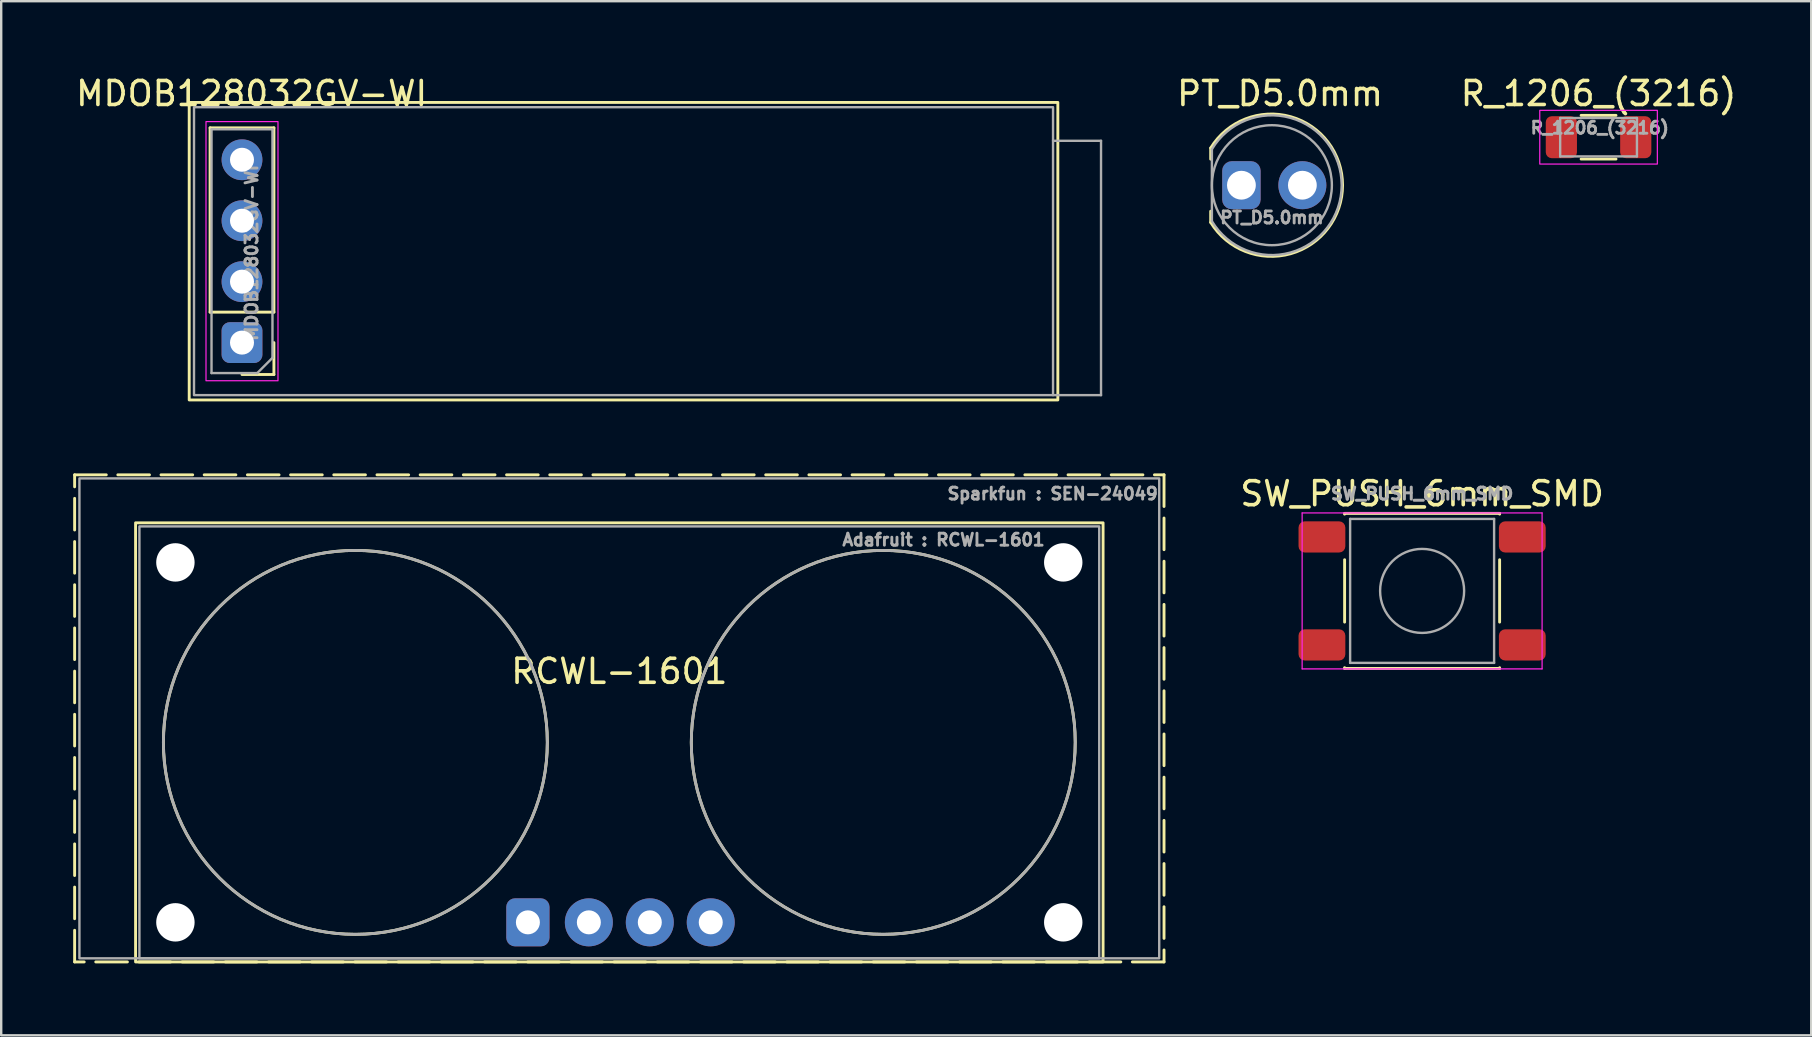
<source format=kicad_pcb>
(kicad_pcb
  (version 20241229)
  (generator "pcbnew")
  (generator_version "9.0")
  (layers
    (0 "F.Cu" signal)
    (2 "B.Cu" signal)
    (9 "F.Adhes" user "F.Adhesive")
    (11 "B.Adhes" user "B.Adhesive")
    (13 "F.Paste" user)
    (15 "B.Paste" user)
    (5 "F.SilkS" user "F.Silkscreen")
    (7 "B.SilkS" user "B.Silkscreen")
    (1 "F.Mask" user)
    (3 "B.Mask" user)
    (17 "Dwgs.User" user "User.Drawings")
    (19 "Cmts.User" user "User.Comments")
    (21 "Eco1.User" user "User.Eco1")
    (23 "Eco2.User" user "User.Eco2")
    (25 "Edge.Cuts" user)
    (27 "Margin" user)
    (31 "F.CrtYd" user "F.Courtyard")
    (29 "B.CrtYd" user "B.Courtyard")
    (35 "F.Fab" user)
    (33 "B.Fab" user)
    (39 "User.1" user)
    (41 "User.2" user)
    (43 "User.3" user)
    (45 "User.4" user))
  (footprint "SW_PUSH_6mm_SMD"
    (layer "F.Cu")
    (at 56.216 21.576)
    (property "Reference" "SW_PUSH_6mm_SMD" (at 0 -4.05 0) (layer "F.SilkS") (effects (font (size 1 1) (thickness 0.15))))
    (attr smd)
    (fp_line (start -3.23 -3.23) (end 3.23 -3.23) (stroke (width 0.12) (type solid)) (layer "F.SilkS"))
    (fp_line (start -3.23 -3.2) (end -3.23 -3.23) (stroke (width 0.12) (type solid)) (layer "F.SilkS"))
    (fp_line (start -3.23 -1.3) (end -3.23 1.3) (stroke (width 0.12) (type solid)) (layer "F.SilkS"))
    (fp_line (start -3.23 3.23) (end -3.23 3.2) (stroke (width 0.12) (type solid)) (layer "F.SilkS"))
    (fp_line (start -3.23 3.23) (end 3.23 3.23) (stroke (width 0.12) (type solid)) (layer "F.SilkS"))
    (fp_line (start 3.23 -3.23) (end 3.23 -3.2) (stroke (width 0.12) (type solid)) (layer "F.SilkS"))
    (fp_line (start 3.23 -1.3) (end 3.23 1.3) (stroke (width 0.12) (type solid)) (layer "F.SilkS"))
    (fp_line (start 3.23 3.23) (end 3.23 3.2) (stroke (width 0.12) (type solid)) (layer "F.SilkS"))
    (fp_line (start -5 -3.25) (end -5 3.25) (stroke (width 0.05) (type solid)) (layer "F.CrtYd"))
    (fp_line (start -5 -3.25) (end 5 -3.25) (stroke (width 0.05) (type solid)) (layer "F.CrtYd"))
    (fp_line (start -5 3.25) (end 5 3.25) (stroke (width 0.05) (type solid)) (layer "F.CrtYd"))
    (fp_line (start 5 3.25) (end 5 -3.25) (stroke (width 0.05) (type solid)) (layer "F.CrtYd"))
    (fp_line (start -3 -3) (end -3 3) (stroke (width 0.1) (type solid)) (layer "F.Fab"))
    (fp_line (start -3 3) (end 3 3) (stroke (width 0.1) (type solid)) (layer "F.Fab"))
    (fp_line (start 3 -3) (end -3 -3) (stroke (width 0.1) (type solid)) (layer "F.Fab"))
    (fp_line (start 3 3) (end 3 -3) (stroke (width 0.1) (type solid)) (layer "F.Fab"))
    (fp_circle (center 0 0) (end 1.75 -0.05) (stroke (width 0.1) (type solid)) (fill no) (layer "F.Fab"))
    (fp_text user "${REFERENCE}" (at 0 -4.05 0) (layer "F.Fab") (effects (font (size 0.5 0.5) (thickness 0.125))))
    (pad "COM" smd roundrect (at -4.175 -2.25) (size 1.95 1.3) (layers "F.Cu" "F.Mask" "F.Paste") (roundrect_rratio 0.2))
    (pad "COM" smd roundrect (at 4.175 -2.25) (size 1.95 1.3) (layers "F.Cu" "F.Mask" "F.Paste") (roundrect_rratio 0.2))
    (pad "NO" smd roundrect (at -4.175 2.25) (size 1.95 1.3) (layers "F.Cu" "F.Mask" "F.Paste") (roundrect_rratio 0.2))
    (pad "NO" smd roundrect (at 4.175 2.25) (size 1.95 1.3) (layers "F.Cu" "F.Mask" "F.Paste") (roundrect_rratio 0.2)))
  (footprint "MDOB128032GV-WI"
    (layer "F.Cu")
    (at 7.035 7.418)
    (property "Reference" "MDOB128032GV-WI" (at 0.4 -6.57 0) (unlocked yes) (layer "F.SilkS") (effects (font (size 1 1) (thickness 0.15))))
    (attr through_hole)
    (fp_line (start -1.33 2.54) (end -1.33 -5.14) (stroke (width 0.12) (type solid)) (layer "F.SilkS"))
    (fp_line (start 1.33 -5.14) (end -1.33 -5.14) (stroke (width 0.12) (type solid)) (layer "F.SilkS"))
    (fp_line (start 1.33 2.54) (end -1.33 2.54) (stroke (width 0.12) (type solid)) (layer "F.SilkS"))
    (fp_line (start 1.33 2.54) (end 1.33 -5.14) (stroke (width 0.12) (type solid)) (layer "F.SilkS"))
    (fp_line (start 1.33 3.81) (end 1.33 5.14) (stroke (width 0.12) (type solid)) (layer "F.SilkS"))
    (fp_line (start 1.33 5.14) (end 0 5.14) (stroke (width 0.12) (type solid)) (layer "F.SilkS"))
    (fp_rect (start -2.2 -6.2) (end 34 6.2) (stroke (width 0.12) (type default)) (fill no) (layer "F.SilkS"))
    (fp_rect (start -1.5 -5.4) (end 1.5 5.4) (stroke (width 0.05) (type default)) (fill no) (layer "F.CrtYd"))
    (fp_line (start -1.27 -5.08) (end 1.27 -5.08) (stroke (width 0.1) (type solid)) (layer "F.Fab"))
    (fp_line (start -1.27 5.08) (end -1.27 -5.08) (stroke (width 0.1) (type solid)) (layer "F.Fab"))
    (fp_line (start 0.635 5.08) (end -1.27 5.08) (stroke (width 0.1) (type solid)) (layer "F.Fab"))
    (fp_line (start 1.27 -5.08) (end 1.27 4.445) (stroke (width 0.1) (type solid)) (layer "F.Fab"))
    (fp_line (start 1.27 4.445) (end 0.635 5.08) (stroke (width 0.1) (type solid)) (layer "F.Fab"))
    (fp_line (start 33.8 -4.6) (end 35.8 -4.6) (stroke (width 0.1) (type default)) (layer "F.Fab"))
    (fp_line (start 35.8 -4.6) (end 35.8 6) (stroke (width 0.1) (type default)) (layer "F.Fab"))
    (fp_line (start 35.8 6) (end 33.8 6) (stroke (width 0.1) (type default)) (layer "F.Fab"))
    (fp_rect (start -2 -6) (end 33.8 6) (stroke (width 0.1) (type default)) (fill no) (layer "F.Fab"))
    (fp_text user "${REFERENCE}" (at 0.4 0.07 90) (unlocked yes) (layer "F.Fab") (effects (font (size 0.5 0.5) (thickness 0.12))))
    (pad "1" thru_hole roundrect (at 0 3.81 180) (size 1.7 1.7) (drill 1) (layers "*.Cu" "*.Mask") (roundrect_rratio 0.2))
    (pad "2" thru_hole oval (at 0 1.27 180) (size 1.7 1.7) (drill 1) (layers "*.Cu" "*.Mask"))
    (pad "3" thru_hole oval (at 0 -1.27 180) (size 1.7 1.7) (drill 1) (layers "*.Cu" "*.Mask"))
    (pad "4" thru_hole oval (at 0 -3.81 180) (size 1.7 1.7) (drill 1) (layers "*.Cu" "*.Mask")))
  (footprint "PT_D5.0mm"
    (layer "F.Cu")
    (at 49.955 4.668)
    (property "Reference" "PT_D5.0mm" (at 0.34 -3.82 0) (unlocked yes) (layer "F.SilkS") (effects (font (size 1 1) (thickness 0.15))))
    (attr smd)
    (fp_line (start -2.55 -1.55) (end -2.55 -1.085) (stroke (width 0.12) (type solid)) (layer "F.SilkS"))
    (fp_line (start -2.55 1.085) (end -2.55 1.55) (stroke (width 0.12) (type solid)) (layer "F.SilkS"))
    (fp_arc (start -2.55 -1.55) (mid 2.945885 0) (end -2.55 1.55) (stroke (width 0.12) (type default)) (layer "F.SilkS"))
    (fp_line (start -2.5 -1.5) (end -2.5 1.5) (stroke (width 0.1) (type solid)) (layer "F.Fab"))
    (fp_arc (start -2.5 -1.5) (mid 2.908825 0) (end -2.5 1.5) (stroke (width 0.1) (type solid)) (layer "F.Fab"))
    (fp_circle (center 0 0) (end 2.5 0) (stroke (width 0.1) (type solid)) (fill no) (layer "F.Fab"))
    (fp_text user "${REFERENCE}" (at 0 1.35 0) (unlocked yes) (layer "F.Fab") (effects (font (size 0.5 0.5) (thickness 0.12))))
    (pad "C" thru_hole roundrect (at -1.27 0) (size 1.6 2) (drill 1.2) (layers "*.Cu" "*.Mask") (roundrect_rratio 0.25))
    (pad "E" thru_hole circle (at 1.27 0) (size 2 2) (drill 1.2) (layers "*.Cu" "*.Mask")))
  (footprint "R_1206_(3216)"
    (layer "F.Cu")
    (at 63.569 2.668)
    (property "Reference" "R_1206_(3216)" (at 0 -1.82 0) (layer "F.SilkS") (effects (font (size 1 1) (thickness 0.15))))
    (attr smd)
    (fp_line (start -0.727 -0.91) (end 0.727 -0.91) (stroke (width 0.12) (type solid)) (layer "F.SilkS"))
    (fp_line (start -0.727 0.91) (end 0.727 0.91) (stroke (width 0.12) (type solid)) (layer "F.SilkS"))
    (fp_rect (start 2.45 1.12) (end -2.45 -1.12) (stroke (width 0.05) (type default)) (fill no) (layer "F.CrtYd"))
    (fp_line (start -1.6 -0.8) (end 1.6 -0.8) (stroke (width 0.1) (type solid)) (layer "F.Fab"))
    (fp_line (start -1.6 0.8) (end -1.6 -0.8) (stroke (width 0.1) (type solid)) (layer "F.Fab"))
    (fp_line (start 1.6 -0.8) (end 1.6 0.8) (stroke (width 0.1) (type solid)) (layer "F.Fab"))
    (fp_line (start 1.6 0.8) (end -1.6 0.8) (stroke (width 0.1) (type solid)) (layer "F.Fab"))
    (fp_text user "${REFERENCE}" (at 0.05 -0.39 0) (layer "F.Fab") (effects (font (size 0.5 0.5) (thickness 0.12))))
    (pad "1" smd roundrect (at -1.55 0) (size 1.3 1.75) (layers "F.Cu" "F.Mask" "F.Paste") (roundrect_rratio 0.192))
    (pad "2" smd roundrect (at 1.55 0) (size 1.3 1.75) (layers "F.Cu" "F.Mask" "F.Paste") (roundrect_rratio 0.192)))
  (footprint "RCWL-1601"
    (layer "F.Cu")
    (at 22.76 27.888)
    (property "Reference" "RCWL-1601" (at 0 -2.96 0) (layer "F.SilkS") (effects (font (size 1 1) (thickness 0.15))))
    (attr through_hole)
    (fp_rect (start -22.7 -11.15) (end 22.7 9.15) (stroke (width 0.12) (type dash)) (fill no) (layer "F.SilkS"))
    (fp_rect (start -20.16 -9.15) (end 20.16 9.15) (stroke (width 0.12) (type solid)) (fill no) (layer "F.SilkS"))
    (fp_circle (center -11 0) (end -3 0) (stroke (width 0.12) (type default)) (fill no) (layer "F.SilkS"))
    (fp_circle (center 11 0) (end 19 0) (stroke (width 0.12) (type default)) (fill no) (layer "F.SilkS"))
    (fp_rect (start -22.5 -11) (end 22.5 9) (stroke (width 0.1) (type default)) (fill no) (layer "F.Fab"))
    (fp_rect (start -20 -9) (end 20 9) (stroke (width 0.1) (type default)) (fill no) (layer "F.Fab"))
    (fp_circle (center -11 0) (end -3 0) (stroke (width 0.12) (type default)) (fill no) (layer "F.Fab"))
    (fp_circle (center 11 0) (end 19 0) (stroke (width 0.12) (type default)) (fill no) (layer "F.Fab"))
    (fp_text user "Adafruit : RCWL-1601" (at 9.23 -8.15 0) (unlocked yes) (layer "F.Fab") (effects (font (size 0.5 0.5) (thickness 0.12) (bold yes)) (justify left bottom)))
    (fp_text user "Sparkfun : SEN-24049" (at 13.61 -10.07 0) (unlocked yes) (layer "F.Fab") (effects (font (size 0.5 0.5) (thickness 0.12) (bold yes)) (justify left bottom)))
    (pad "" np_thru_hole circle (at -18.5 -7.5) (size 1.6 1.6) (drill 1.6) (layers "*.Cu" "*.Mask"))
    (pad "" np_thru_hole circle (at -18.5 7.5) (size 1.6 1.6) (drill 1.6) (layers "*.Cu" "*.Mask"))
    (pad "" np_thru_hole circle (at 18.5 -7.5) (size 1.6 1.6) (drill 1.6) (layers "*.Cu" "*.Mask"))
    (pad "" np_thru_hole circle (at 18.5 7.5) (size 1.6 1.6) (drill 1.6) (layers "*.Cu" "*.Mask"))
    (pad "1" thru_hole roundrect (at -3.81 7.5) (size 1.8 2) (drill 1) (layers "*.Cu" "*.Mask") (roundrect_rratio 0.2))
    (pad "2" thru_hole circle (at -1.27 7.5) (size 2 2) (drill 1) (layers "*.Cu" "*.Mask"))
    (pad "3" thru_hole circle (at 1.27 7.5) (size 2 2) (drill 1) (layers "*.Cu" "*.Mask"))
    (pad "4" thru_hole circle (at 3.81 7.5) (size 2 2) (drill 1) (layers "*.Cu" "*.Mask")))
  (gr_rect
    (start -3 -3)
    (end 72.432 40.098)
    (stroke (width 0.1) (type default))
    (fill no)
    (layer "Edge.Cuts")))
</source>
